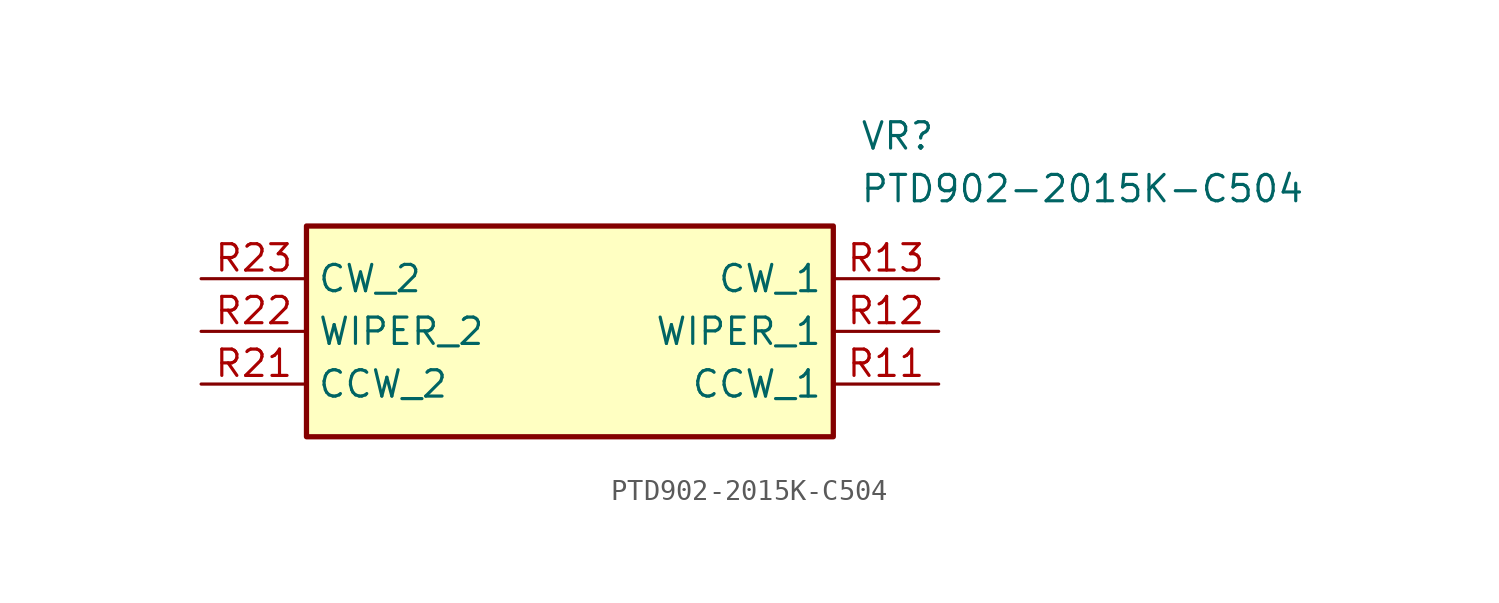
<source format=kicad_sym>
(kicad_symbol_lib
  (version 20211014)
  (generator SamacSys_ECAD_Model)
  (symbol "PTD902-2015K-C504"
    (property "Reference" "VR"
      (at 31.75 7.62 0)
      (effects (font (size 1.27 1.27)) (justify left top)))
    (property "Value" "PTD902-2015K-C504"
      (at 31.75 5.08 0)
      (effects (font (size 1.27 1.27)) (justify left top)))
    (rectangle
      (start 5.08 2.54)
      (end 30.48 -7.62)
      (stroke (width 0.254) (type default))
      (fill (type background)))
    (pin passive line
      (at 35.56 -5.08 180)
      (length 5.08)
      (name "CCW_1" (effects (font (size 1.27 1.27))))
      (number "R11" (effects (font (size 1.27 1.27)))))
    (pin passive line
      (at 35.56 -2.54 180)
      (length 5.08)
      (name "WIPER_1" (effects (font (size 1.27 1.27))))
      (number "R12" (effects (font (size 1.27 1.27)))))
    (pin passive line
      (at 35.56 0 180)
      (length 5.08)
      (name "CW_1" (effects (font (size 1.27 1.27))))
      (number "R13" (effects (font (size 1.27 1.27)))))
    (pin passive line
      (at 0 -5.08 0)
      (length 5.08)
      (name "CCW_2" (effects (font (size 1.27 1.27))))
      (number "R21" (effects (font (size 1.27 1.27)))))
    (pin passive line
      (at 0 -2.54 0)
      (length 5.08)
      (name "WIPER_2" (effects (font (size 1.27 1.27))))
      (number "R22" (effects (font (size 1.27 1.27)))))
    (pin passive line
      (at 0 0 0)
      (length 5.08)
      (name "CW_2" (effects (font (size 1.27 1.27))))
      (number "R23" (effects (font (size 1.27 1.27)))))))
</source>
